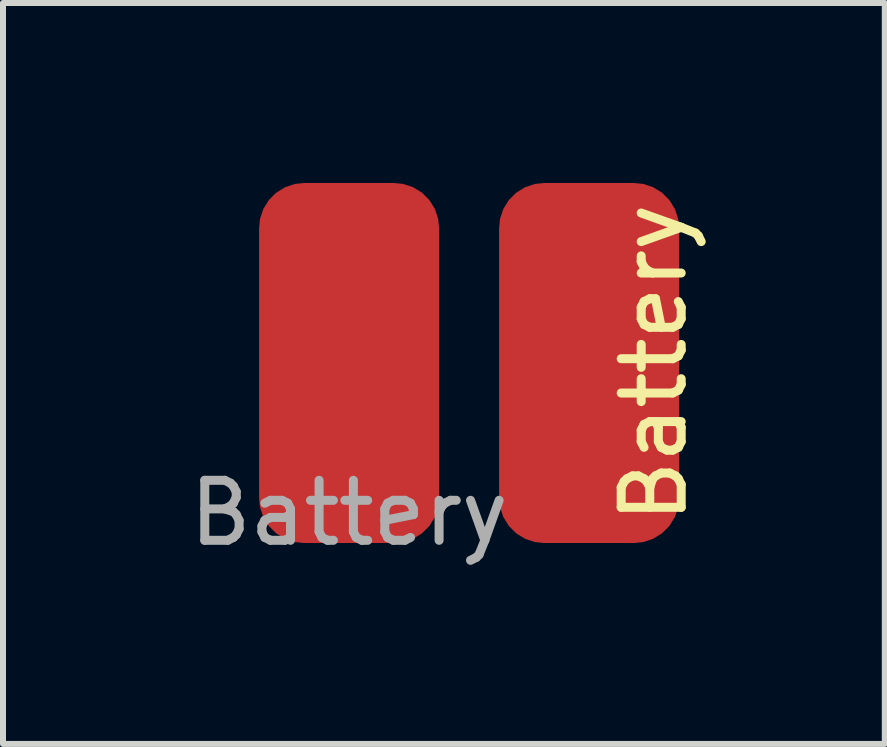
<source format=kicad_pcb>
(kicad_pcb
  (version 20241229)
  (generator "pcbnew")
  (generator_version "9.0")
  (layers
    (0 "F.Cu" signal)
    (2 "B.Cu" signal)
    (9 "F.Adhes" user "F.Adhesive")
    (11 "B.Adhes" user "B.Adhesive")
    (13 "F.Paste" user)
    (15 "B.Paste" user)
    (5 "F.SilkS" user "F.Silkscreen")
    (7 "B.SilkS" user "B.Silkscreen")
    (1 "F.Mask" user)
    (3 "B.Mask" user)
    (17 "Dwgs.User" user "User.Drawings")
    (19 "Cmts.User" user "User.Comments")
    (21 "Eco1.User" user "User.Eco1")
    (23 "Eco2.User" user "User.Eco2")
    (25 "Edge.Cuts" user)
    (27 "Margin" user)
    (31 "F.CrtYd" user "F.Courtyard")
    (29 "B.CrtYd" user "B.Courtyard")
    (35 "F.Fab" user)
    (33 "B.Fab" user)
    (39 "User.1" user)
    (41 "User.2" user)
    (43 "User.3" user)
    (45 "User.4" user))
  (footprint "Battery"
    (layer "F.Cu")
    (at 2.768 3)
    (property "Reference" "Battery" (at 5.08 0 90) (unlocked yes) (layer "F.SilkS") (effects (font (size 1 1) (thickness 0.15))))
    (attr smd)
    (fp_text user "${REFERENCE}" (at 0 2.5 0) (unlocked yes) (layer "F.Fab") (effects (font (size 1 1) (thickness 0.15))))
    (pad "1" smd roundrect (at 0 0) (size 3 6) (layers "F.Cu" "F.Mask" "F.Paste") (roundrect_rratio 0.25))
    (pad "2" smd roundrect (at 4 0) (size 3 6) (layers "F.Cu" "F.Mask" "F.Paste") (roundrect_rratio 0.25)))
  (gr_rect
    (start -3 -3)
    (end 11.696 9.348)
    (stroke (width 0.1) (type default))
    (fill no)
    (layer "Edge.Cuts")))
</source>
